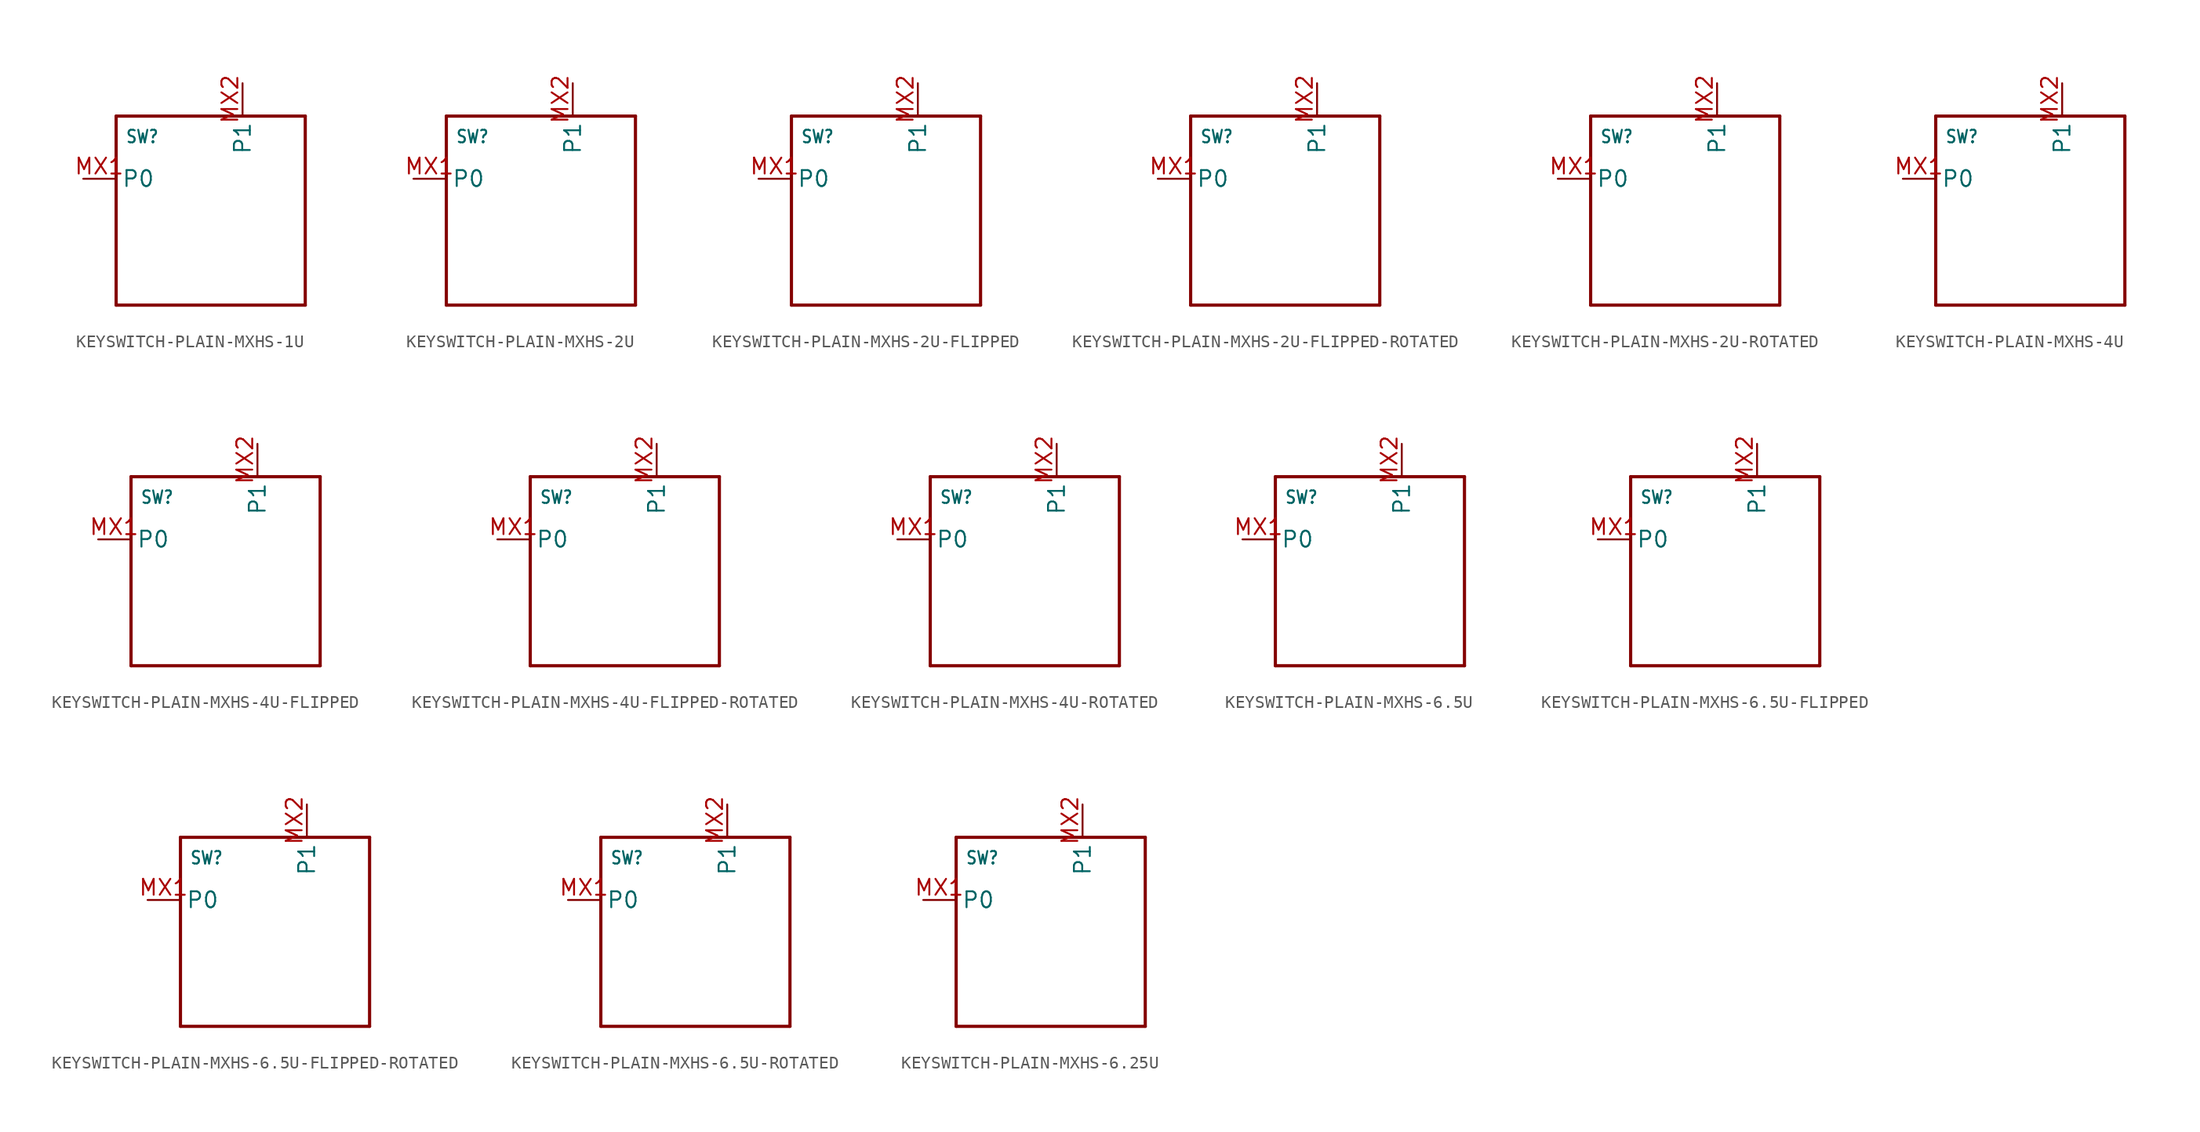
<source format=kicad_sym>
(kicad_symbol_lib
  (version 20211014)
  (generator kicad_symbol_editor)
  (symbol "KEYSWITCH-PLAIN-MXHS-1U"
    (property "Reference" "SW"
      (at -6.81 5.318 0)
      (effects (font (size 1 0.85)) (justify left bottom)))
    (property "ki_locked" ""
      (at 0 0 0)
      (effects (font (size 1.27 1.27))))
    (symbol "KEYSWITCH-PLAIN-MXHS-1U_1_0"
      (polyline (pts (xy -7.54 -7.54) (xy -7.54 7.54)) (stroke (width 0.254) (type default) (color 0 0 0 0)) (fill (type none)))
      (polyline (pts (xy -7.54 7.54) (xy 7.54 7.54)) (stroke (width 0.254) (type default) (color 0 0 0 0)) (fill (type none)))
      (polyline (pts (xy 7.54 -7.54) (xy -7.54 -7.54)) (stroke (width 0.254) (type default) (color 0 0 0 0)) (fill (type none)))
      (polyline (pts (xy 7.54 7.54) (xy 7.54 -7.54)) (stroke (width 0.254) (type default) (color 0 0 0 0)) (fill (type none)))
      (pin bidirectional line (at -10.16 2.54 0) (length 2.54) (name "P0" (effects (font (size 1.27 1.27)))) (number "MX1" (effects (font (size 1.27 1.27)))))
      (pin bidirectional line (at 2.54 10.16 270) (length 2.54) (name "P1" (effects (font (size 1.27 1.27)))) (number "MX2" (effects (font (size 1.27 1.27)))))))
  (symbol "KEYSWITCH-PLAIN-MXHS-2U"
    (property "Reference" "SW"
      (at -6.81 5.318 0)
      (effects (font (size 1 0.85)) (justify left bottom)))
    (property "ki_locked" ""
      (at 0 0 0)
      (effects (font (size 1.27 1.27))))
    (symbol "KEYSWITCH-PLAIN-MXHS-2U_1_0"
      (polyline (pts (xy -7.54 -7.54) (xy -7.54 7.54)) (stroke (width 0.254) (type default) (color 0 0 0 0)) (fill (type none)))
      (polyline (pts (xy -7.54 7.54) (xy 7.54 7.54)) (stroke (width 0.254) (type default) (color 0 0 0 0)) (fill (type none)))
      (polyline (pts (xy 7.54 -7.54) (xy -7.54 -7.54)) (stroke (width 0.254) (type default) (color 0 0 0 0)) (fill (type none)))
      (polyline (pts (xy 7.54 7.54) (xy 7.54 -7.54)) (stroke (width 0.254) (type default) (color 0 0 0 0)) (fill (type none)))
      (pin bidirectional line (at -10.16 2.54 0) (length 2.54) (name "P0" (effects (font (size 1.27 1.27)))) (number "MX1" (effects (font (size 1.27 1.27)))))
      (pin bidirectional line (at 2.54 10.16 270) (length 2.54) (name "P1" (effects (font (size 1.27 1.27)))) (number "MX2" (effects (font (size 1.27 1.27)))))))
  (symbol "KEYSWITCH-PLAIN-MXHS-2U-FLIPPED"
    (property "Reference" "SW"
      (at -6.81 5.318 0)
      (effects (font (size 1 0.85)) (justify left bottom)))
    (property "ki_locked" ""
      (at 0 0 0)
      (effects (font (size 1.27 1.27))))
    (symbol "KEYSWITCH-PLAIN-MXHS-2U-FLIPPED_1_0"
      (polyline (pts (xy -7.54 -7.54) (xy -7.54 7.54)) (stroke (width 0.254) (type default) (color 0 0 0 0)) (fill (type none)))
      (polyline (pts (xy -7.54 7.54) (xy 7.54 7.54)) (stroke (width 0.254) (type default) (color 0 0 0 0)) (fill (type none)))
      (polyline (pts (xy 7.54 -7.54) (xy -7.54 -7.54)) (stroke (width 0.254) (type default) (color 0 0 0 0)) (fill (type none)))
      (polyline (pts (xy 7.54 7.54) (xy 7.54 -7.54)) (stroke (width 0.254) (type default) (color 0 0 0 0)) (fill (type none)))
      (pin bidirectional line (at -10.16 2.54 0) (length 2.54) (name "P0" (effects (font (size 1.27 1.27)))) (number "MX1" (effects (font (size 1.27 1.27)))))
      (pin bidirectional line (at 2.54 10.16 270) (length 2.54) (name "P1" (effects (font (size 1.27 1.27)))) (number "MX2" (effects (font (size 1.27 1.27)))))))
  (symbol "KEYSWITCH-PLAIN-MXHS-2U-FLIPPED-ROTATED"
    (property "Reference" "SW"
      (at -6.81 5.318 0)
      (effects (font (size 1 0.85)) (justify left bottom)))
    (property "ki_locked" ""
      (at 0 0 0)
      (effects (font (size 1.27 1.27))))
    (symbol "KEYSWITCH-PLAIN-MXHS-2U-FLIPPED-ROTATED_1_0"
      (polyline (pts (xy -7.54 -7.54) (xy -7.54 7.54)) (stroke (width 0.254) (type default) (color 0 0 0 0)) (fill (type none)))
      (polyline (pts (xy -7.54 7.54) (xy 7.54 7.54)) (stroke (width 0.254) (type default) (color 0 0 0 0)) (fill (type none)))
      (polyline (pts (xy 7.54 -7.54) (xy -7.54 -7.54)) (stroke (width 0.254) (type default) (color 0 0 0 0)) (fill (type none)))
      (polyline (pts (xy 7.54 7.54) (xy 7.54 -7.54)) (stroke (width 0.254) (type default) (color 0 0 0 0)) (fill (type none)))
      (pin bidirectional line (at -10.16 2.54 0) (length 2.54) (name "P0" (effects (font (size 1.27 1.27)))) (number "MX1" (effects (font (size 1.27 1.27)))))
      (pin bidirectional line (at 2.54 10.16 270) (length 2.54) (name "P1" (effects (font (size 1.27 1.27)))) (number "MX2" (effects (font (size 1.27 1.27)))))))
  (symbol "KEYSWITCH-PLAIN-MXHS-2U-ROTATED"
    (property "Reference" "SW"
      (at -6.81 5.318 0)
      (effects (font (size 1 0.85)) (justify left bottom)))
    (property "ki_locked" ""
      (at 0 0 0)
      (effects (font (size 1.27 1.27))))
    (symbol "KEYSWITCH-PLAIN-MXHS-2U-ROTATED_1_0"
      (polyline (pts (xy -7.54 -7.54) (xy -7.54 7.54)) (stroke (width 0.254) (type default) (color 0 0 0 0)) (fill (type none)))
      (polyline (pts (xy -7.54 7.54) (xy 7.54 7.54)) (stroke (width 0.254) (type default) (color 0 0 0 0)) (fill (type none)))
      (polyline (pts (xy 7.54 -7.54) (xy -7.54 -7.54)) (stroke (width 0.254) (type default) (color 0 0 0 0)) (fill (type none)))
      (polyline (pts (xy 7.54 7.54) (xy 7.54 -7.54)) (stroke (width 0.254) (type default) (color 0 0 0 0)) (fill (type none)))
      (pin bidirectional line (at -10.16 2.54 0) (length 2.54) (name "P0" (effects (font (size 1.27 1.27)))) (number "MX1" (effects (font (size 1.27 1.27)))))
      (pin bidirectional line (at 2.54 10.16 270) (length 2.54) (name "P1" (effects (font (size 1.27 1.27)))) (number "MX2" (effects (font (size 1.27 1.27)))))))
  (symbol "KEYSWITCH-PLAIN-MXHS-4U"
    (property "Reference" "SW"
      (at -6.81 5.318 0)
      (effects (font (size 1 0.85)) (justify left bottom)))
    (property "ki_locked" ""
      (at 0 0 0)
      (effects (font (size 1.27 1.27))))
    (symbol "KEYSWITCH-PLAIN-MXHS-4U_1_0"
      (polyline (pts (xy -7.54 -7.54) (xy -7.54 7.54)) (stroke (width 0.254) (type default) (color 0 0 0 0)) (fill (type none)))
      (polyline (pts (xy -7.54 7.54) (xy 7.54 7.54)) (stroke (width 0.254) (type default) (color 0 0 0 0)) (fill (type none)))
      (polyline (pts (xy 7.54 -7.54) (xy -7.54 -7.54)) (stroke (width 0.254) (type default) (color 0 0 0 0)) (fill (type none)))
      (polyline (pts (xy 7.54 7.54) (xy 7.54 -7.54)) (stroke (width 0.254) (type default) (color 0 0 0 0)) (fill (type none)))
      (pin bidirectional line (at -10.16 2.54 0) (length 2.54) (name "P0" (effects (font (size 1.27 1.27)))) (number "MX1" (effects (font (size 1.27 1.27)))))
      (pin bidirectional line (at 2.54 10.16 270) (length 2.54) (name "P1" (effects (font (size 1.27 1.27)))) (number "MX2" (effects (font (size 1.27 1.27)))))))
  (symbol "KEYSWITCH-PLAIN-MXHS-4U-FLIPPED"
    (property "Reference" "SW"
      (at -6.81 5.318 0)
      (effects (font (size 1 0.85)) (justify left bottom)))
    (property "ki_locked" ""
      (at 0 0 0)
      (effects (font (size 1.27 1.27))))
    (symbol "KEYSWITCH-PLAIN-MXHS-4U-FLIPPED_1_0"
      (polyline (pts (xy -7.54 -7.54) (xy -7.54 7.54)) (stroke (width 0.254) (type default) (color 0 0 0 0)) (fill (type none)))
      (polyline (pts (xy -7.54 7.54) (xy 7.54 7.54)) (stroke (width 0.254) (type default) (color 0 0 0 0)) (fill (type none)))
      (polyline (pts (xy 7.54 -7.54) (xy -7.54 -7.54)) (stroke (width 0.254) (type default) (color 0 0 0 0)) (fill (type none)))
      (polyline (pts (xy 7.54 7.54) (xy 7.54 -7.54)) (stroke (width 0.254) (type default) (color 0 0 0 0)) (fill (type none)))
      (pin bidirectional line (at -10.16 2.54 0) (length 2.54) (name "P0" (effects (font (size 1.27 1.27)))) (number "MX1" (effects (font (size 1.27 1.27)))))
      (pin bidirectional line (at 2.54 10.16 270) (length 2.54) (name "P1" (effects (font (size 1.27 1.27)))) (number "MX2" (effects (font (size 1.27 1.27)))))))
  (symbol "KEYSWITCH-PLAIN-MXHS-4U-FLIPPED-ROTATED"
    (property "Reference" "SW"
      (at -6.81 5.318 0)
      (effects (font (size 1 0.85)) (justify left bottom)))
    (property "ki_locked" ""
      (at 0 0 0)
      (effects (font (size 1.27 1.27))))
    (symbol "KEYSWITCH-PLAIN-MXHS-4U-FLIPPED-ROTATED_1_0"
      (polyline (pts (xy -7.54 -7.54) (xy -7.54 7.54)) (stroke (width 0.254) (type default) (color 0 0 0 0)) (fill (type none)))
      (polyline (pts (xy -7.54 7.54) (xy 7.54 7.54)) (stroke (width 0.254) (type default) (color 0 0 0 0)) (fill (type none)))
      (polyline (pts (xy 7.54 -7.54) (xy -7.54 -7.54)) (stroke (width 0.254) (type default) (color 0 0 0 0)) (fill (type none)))
      (polyline (pts (xy 7.54 7.54) (xy 7.54 -7.54)) (stroke (width 0.254) (type default) (color 0 0 0 0)) (fill (type none)))
      (pin bidirectional line (at -10.16 2.54 0) (length 2.54) (name "P0" (effects (font (size 1.27 1.27)))) (number "MX1" (effects (font (size 1.27 1.27)))))
      (pin bidirectional line (at 2.54 10.16 270) (length 2.54) (name "P1" (effects (font (size 1.27 1.27)))) (number "MX2" (effects (font (size 1.27 1.27)))))))
  (symbol "KEYSWITCH-PLAIN-MXHS-4U-ROTATED"
    (property "Reference" "SW"
      (at -6.81 5.318 0)
      (effects (font (size 1 0.85)) (justify left bottom)))
    (property "ki_locked" ""
      (at 0 0 0)
      (effects (font (size 1.27 1.27))))
    (symbol "KEYSWITCH-PLAIN-MXHS-4U-ROTATED_1_0"
      (polyline (pts (xy -7.54 -7.54) (xy -7.54 7.54)) (stroke (width 0.254) (type default) (color 0 0 0 0)) (fill (type none)))
      (polyline (pts (xy -7.54 7.54) (xy 7.54 7.54)) (stroke (width 0.254) (type default) (color 0 0 0 0)) (fill (type none)))
      (polyline (pts (xy 7.54 -7.54) (xy -7.54 -7.54)) (stroke (width 0.254) (type default) (color 0 0 0 0)) (fill (type none)))
      (polyline (pts (xy 7.54 7.54) (xy 7.54 -7.54)) (stroke (width 0.254) (type default) (color 0 0 0 0)) (fill (type none)))
      (pin bidirectional line (at -10.16 2.54 0) (length 2.54) (name "P0" (effects (font (size 1.27 1.27)))) (number "MX1" (effects (font (size 1.27 1.27)))))
      (pin bidirectional line (at 2.54 10.16 270) (length 2.54) (name "P1" (effects (font (size 1.27 1.27)))) (number "MX2" (effects (font (size 1.27 1.27)))))))
  (symbol "KEYSWITCH-PLAIN-MXHS-6.5U"
    (property "Reference" "SW"
      (at -6.81 5.318 0)
      (effects (font (size 1 0.85)) (justify left bottom)))
    (property "ki_locked" ""
      (at 0 0 0)
      (effects (font (size 1.27 1.27))))
    (symbol "KEYSWITCH-PLAIN-MXHS-6.5U_1_0"
      (polyline (pts (xy -7.54 -7.54) (xy -7.54 7.54)) (stroke (width 0.254) (type default) (color 0 0 0 0)) (fill (type none)))
      (polyline (pts (xy -7.54 7.54) (xy 7.54 7.54)) (stroke (width 0.254) (type default) (color 0 0 0 0)) (fill (type none)))
      (polyline (pts (xy 7.54 -7.54) (xy -7.54 -7.54)) (stroke (width 0.254) (type default) (color 0 0 0 0)) (fill (type none)))
      (polyline (pts (xy 7.54 7.54) (xy 7.54 -7.54)) (stroke (width 0.254) (type default) (color 0 0 0 0)) (fill (type none)))
      (pin bidirectional line (at -10.16 2.54 0) (length 2.54) (name "P0" (effects (font (size 1.27 1.27)))) (number "MX1" (effects (font (size 1.27 1.27)))))
      (pin bidirectional line (at 2.54 10.16 270) (length 2.54) (name "P1" (effects (font (size 1.27 1.27)))) (number "MX2" (effects (font (size 1.27 1.27)))))))
  (symbol "KEYSWITCH-PLAIN-MXHS-6.5U-FLIPPED"
    (property "Reference" "SW"
      (at -6.81 5.318 0)
      (effects (font (size 1 0.85)) (justify left bottom)))
    (property "ki_locked" ""
      (at 0 0 0)
      (effects (font (size 1.27 1.27))))
    (symbol "KEYSWITCH-PLAIN-MXHS-6.5U-FLIPPED_1_0"
      (polyline (pts (xy -7.54 -7.54) (xy -7.54 7.54)) (stroke (width 0.254) (type default) (color 0 0 0 0)) (fill (type none)))
      (polyline (pts (xy -7.54 7.54) (xy 7.54 7.54)) (stroke (width 0.254) (type default) (color 0 0 0 0)) (fill (type none)))
      (polyline (pts (xy 7.54 -7.54) (xy -7.54 -7.54)) (stroke (width 0.254) (type default) (color 0 0 0 0)) (fill (type none)))
      (polyline (pts (xy 7.54 7.54) (xy 7.54 -7.54)) (stroke (width 0.254) (type default) (color 0 0 0 0)) (fill (type none)))
      (pin bidirectional line (at -10.16 2.54 0) (length 2.54) (name "P0" (effects (font (size 1.27 1.27)))) (number "MX1" (effects (font (size 1.27 1.27)))))
      (pin bidirectional line (at 2.54 10.16 270) (length 2.54) (name "P1" (effects (font (size 1.27 1.27)))) (number "MX2" (effects (font (size 1.27 1.27)))))))
  (symbol "KEYSWITCH-PLAIN-MXHS-6.5U-FLIPPED-ROTATED"
    (property "Reference" "SW"
      (at -6.81 5.318 0)
      (effects (font (size 1 0.85)) (justify left bottom)))
    (property "ki_locked" ""
      (at 0 0 0)
      (effects (font (size 1.27 1.27))))
    (symbol "KEYSWITCH-PLAIN-MXHS-6.5U-FLIPPED-ROTATED_1_0"
      (polyline (pts (xy -7.54 -7.54) (xy -7.54 7.54)) (stroke (width 0.254) (type default) (color 0 0 0 0)) (fill (type none)))
      (polyline (pts (xy -7.54 7.54) (xy 7.54 7.54)) (stroke (width 0.254) (type default) (color 0 0 0 0)) (fill (type none)))
      (polyline (pts (xy 7.54 -7.54) (xy -7.54 -7.54)) (stroke (width 0.254) (type default) (color 0 0 0 0)) (fill (type none)))
      (polyline (pts (xy 7.54 7.54) (xy 7.54 -7.54)) (stroke (width 0.254) (type default) (color 0 0 0 0)) (fill (type none)))
      (pin bidirectional line (at -10.16 2.54 0) (length 2.54) (name "P0" (effects (font (size 1.27 1.27)))) (number "MX1" (effects (font (size 1.27 1.27)))))
      (pin bidirectional line (at 2.54 10.16 270) (length 2.54) (name "P1" (effects (font (size 1.27 1.27)))) (number "MX2" (effects (font (size 1.27 1.27)))))))
  (symbol "KEYSWITCH-PLAIN-MXHS-6.5U-ROTATED"
    (property "Reference" "SW"
      (at -6.81 5.318 0)
      (effects (font (size 1 0.85)) (justify left bottom)))
    (property "ki_locked" ""
      (at 0 0 0)
      (effects (font (size 1.27 1.27))))
    (symbol "KEYSWITCH-PLAIN-MXHS-6.5U-ROTATED_1_0"
      (polyline (pts (xy -7.54 -7.54) (xy -7.54 7.54)) (stroke (width 0.254) (type default) (color 0 0 0 0)) (fill (type none)))
      (polyline (pts (xy -7.54 7.54) (xy 7.54 7.54)) (stroke (width 0.254) (type default) (color 0 0 0 0)) (fill (type none)))
      (polyline (pts (xy 7.54 -7.54) (xy -7.54 -7.54)) (stroke (width 0.254) (type default) (color 0 0 0 0)) (fill (type none)))
      (polyline (pts (xy 7.54 7.54) (xy 7.54 -7.54)) (stroke (width 0.254) (type default) (color 0 0 0 0)) (fill (type none)))
      (pin bidirectional line (at -10.16 2.54 0) (length 2.54) (name "P0" (effects (font (size 1.27 1.27)))) (number "MX1" (effects (font (size 1.27 1.27)))))
      (pin bidirectional line (at 2.54 10.16 270) (length 2.54) (name "P1" (effects (font (size 1.27 1.27)))) (number "MX2" (effects (font (size 1.27 1.27)))))))
  (symbol "KEYSWITCH-PLAIN-MXHS-6.25U"
    (property "Reference" "SW"
      (at -6.81 5.318 0)
      (effects (font (size 1 0.85)) (justify left bottom)))
    (property "ki_locked" ""
      (at 0 0 0)
      (effects (font (size 1.27 1.27))))
    (symbol "KEYSWITCH-PLAIN-MXHS-6.25U_1_0"
      (polyline (pts (xy -7.54 -7.54) (xy -7.54 7.54)) (stroke (width 0.254) (type default) (color 0 0 0 0)) (fill (type none)))
      (polyline (pts (xy -7.54 7.54) (xy 7.54 7.54)) (stroke (width 0.254) (type default) (color 0 0 0 0)) (fill (type none)))
      (polyline (pts (xy 7.54 -7.54) (xy -7.54 -7.54)) (stroke (width 0.254) (type default) (color 0 0 0 0)) (fill (type none)))
      (polyline (pts (xy 7.54 7.54) (xy 7.54 -7.54)) (stroke (width 0.254) (type default) (color 0 0 0 0)) (fill (type none)))
      (pin bidirectional line (at -10.16 2.54 0) (length 2.54) (name "P0" (effects (font (size 1.27 1.27)))) (number "MX1" (effects (font (size 1.27 1.27)))))
      (pin bidirectional line (at 2.54 10.16 270) (length 2.54) (name "P1" (effects (font (size 1.27 1.27)))) (number "MX2" (effects (font (size 1.27 1.27))))))))
</source>
